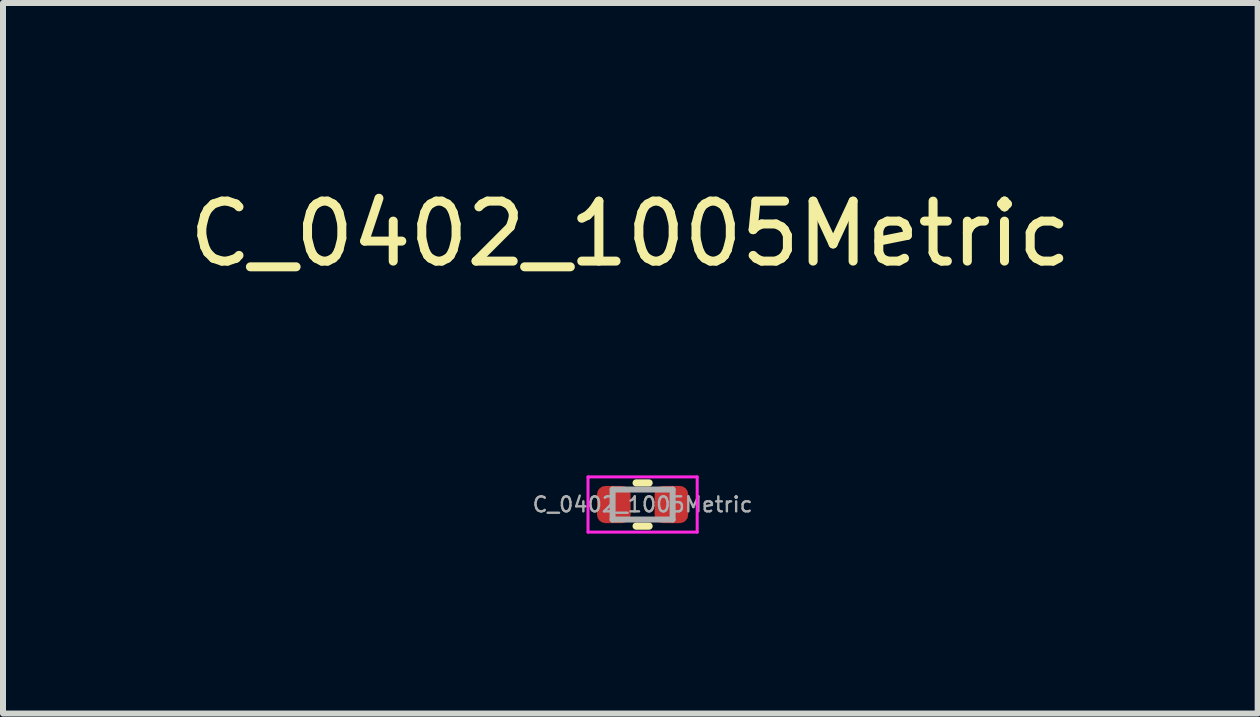
<source format=kicad_pcb>
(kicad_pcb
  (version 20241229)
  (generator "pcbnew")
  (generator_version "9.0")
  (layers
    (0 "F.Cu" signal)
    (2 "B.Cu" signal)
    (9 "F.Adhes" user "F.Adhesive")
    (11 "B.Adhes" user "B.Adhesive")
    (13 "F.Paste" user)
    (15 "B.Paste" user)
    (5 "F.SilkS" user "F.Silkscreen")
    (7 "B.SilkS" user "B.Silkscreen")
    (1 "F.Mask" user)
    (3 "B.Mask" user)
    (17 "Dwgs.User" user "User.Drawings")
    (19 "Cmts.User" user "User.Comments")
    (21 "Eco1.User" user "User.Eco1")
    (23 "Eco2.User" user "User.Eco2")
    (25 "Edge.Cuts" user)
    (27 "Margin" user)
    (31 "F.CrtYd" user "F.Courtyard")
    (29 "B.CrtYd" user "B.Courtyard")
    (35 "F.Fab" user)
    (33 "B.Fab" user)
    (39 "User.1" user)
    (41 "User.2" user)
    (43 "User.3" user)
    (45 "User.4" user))
  (footprint "C_0402_1005Metric"
    (layer "F.Cu")
    (at 7.663 5.361)
    (property "Reference" "C_0402_1005Metric" (at -0.205 -4.513 0) (layer "F.SilkS") (effects (font (size 1 1) (thickness 0.15))))
    (attr smd)
    (fp_line (start -0.108 -0.36) (end 0.108 -0.36) (stroke (width 0.12) (type solid)) (layer "F.SilkS"))
    (fp_line (start -0.108 0.36) (end 0.108 0.36) (stroke (width 0.12) (type solid)) (layer "F.SilkS"))
    (fp_line (start -0.91 -0.46) (end 0.91 -0.46) (stroke (width 0.05) (type solid)) (layer "F.CrtYd"))
    (fp_line (start -0.91 0.46) (end -0.91 -0.46) (stroke (width 0.05) (type solid)) (layer "F.CrtYd"))
    (fp_line (start 0.91 -0.46) (end 0.91 0.46) (stroke (width 0.05) (type solid)) (layer "F.CrtYd"))
    (fp_line (start 0.91 0.46) (end -0.91 0.46) (stroke (width 0.05) (type solid)) (layer "F.CrtYd"))
    (fp_line (start -0.5 -0.25) (end 0.5 -0.25) (stroke (width 0.1) (type solid)) (layer "F.Fab"))
    (fp_line (start -0.5 0.25) (end -0.5 -0.25) (stroke (width 0.1) (type solid)) (layer "F.Fab"))
    (fp_line (start 0.5 -0.25) (end 0.5 0.25) (stroke (width 0.1) (type solid)) (layer "F.Fab"))
    (fp_line (start 0.5 0.25) (end -0.5 0.25) (stroke (width 0.1) (type solid)) (layer "F.Fab"))
    (fp_text user "${REFERENCE}" (at 0 0 0) (layer "F.Fab") (effects (font (size 0.25 0.25) (thickness 0.04))))
    (pad "1" smd roundrect (at -0.48 0) (size 0.56 0.62) (layers "F.Cu" "F.Mask" "F.Paste") (roundrect_rratio 0.25))
    (pad "2" smd roundrect (at 0.48 0) (size 0.56 0.62) (layers "F.Cu" "F.Mask" "F.Paste") (roundrect_rratio 0.25)))
  (gr_rect
    (start -3 -3)
    (end 17.917 8.846)
    (stroke (width 0.1) (type default))
    (fill no)
    (layer "Edge.Cuts")))
</source>
